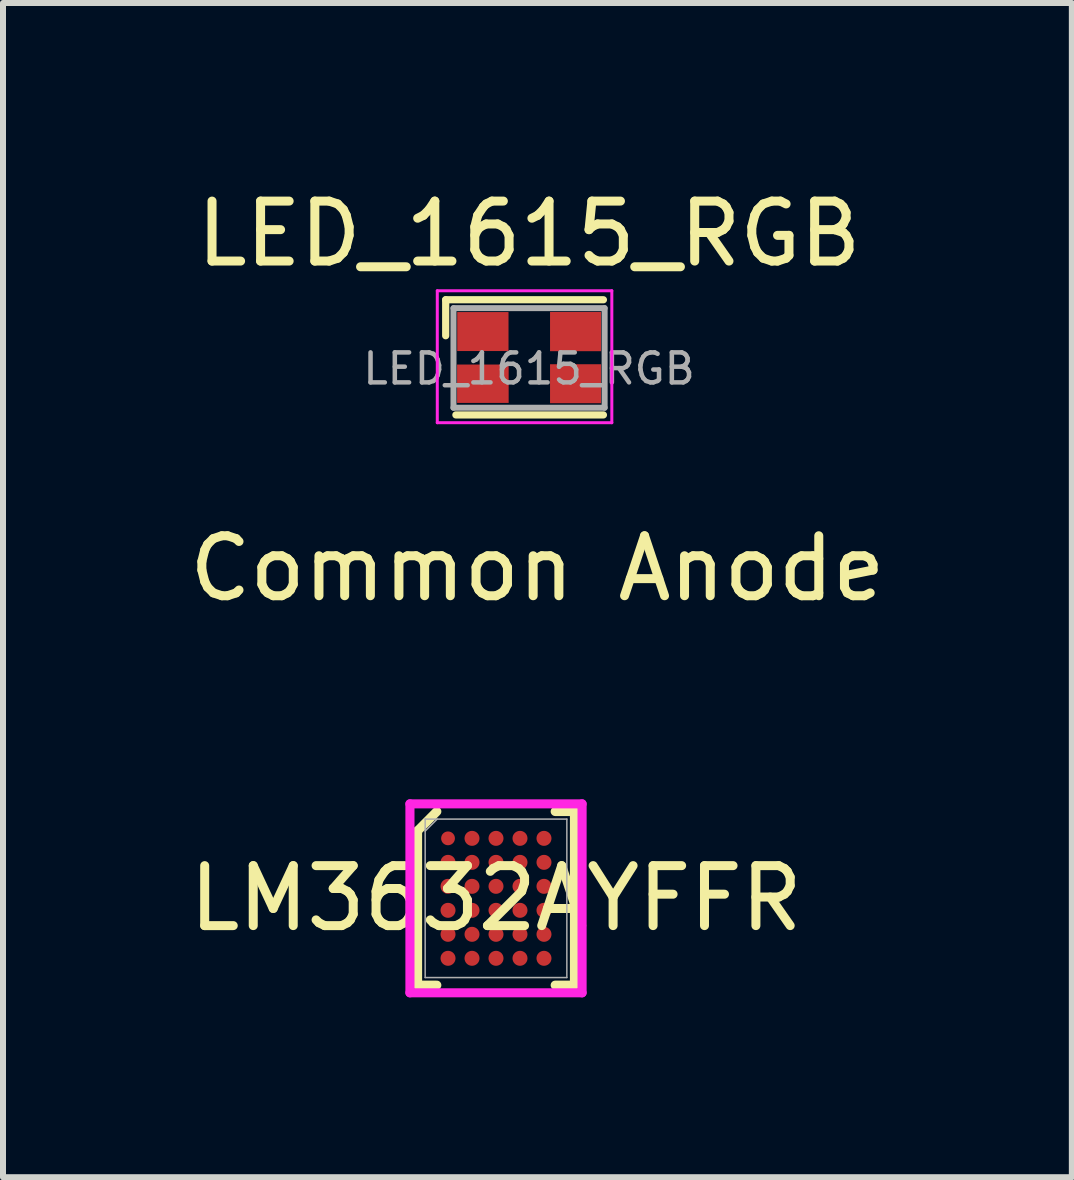
<source format=kicad_pcb>
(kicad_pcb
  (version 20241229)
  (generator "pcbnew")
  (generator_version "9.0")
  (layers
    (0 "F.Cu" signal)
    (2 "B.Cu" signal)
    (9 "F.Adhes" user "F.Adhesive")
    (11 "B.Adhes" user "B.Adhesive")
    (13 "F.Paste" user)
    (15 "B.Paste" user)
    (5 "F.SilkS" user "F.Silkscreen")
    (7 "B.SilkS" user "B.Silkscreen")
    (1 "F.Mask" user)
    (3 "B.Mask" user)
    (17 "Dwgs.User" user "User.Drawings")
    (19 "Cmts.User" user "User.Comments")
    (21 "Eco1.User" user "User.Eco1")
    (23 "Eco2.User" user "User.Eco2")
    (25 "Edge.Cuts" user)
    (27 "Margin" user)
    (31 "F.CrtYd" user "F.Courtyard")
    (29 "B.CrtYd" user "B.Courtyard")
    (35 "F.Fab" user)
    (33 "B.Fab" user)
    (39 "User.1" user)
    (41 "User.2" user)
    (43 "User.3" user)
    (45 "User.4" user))
  (footprint "LED_1615_RGB"
    (layer "F.Cu")
    (at 5.771 3.098)
    (property "Reference" "LED_1615_RGB" (at 0 -2.25 0) (layer "F.SilkS") (effects (font (size 1 1) (thickness 0.15))))
    (attr smd)
    (fp_line (start -1.39 -1.15) (end 1.24 -1.15) (stroke (width 0.12) (type solid)) (layer "F.SilkS"))
    (fp_line (start -1.39 -0.55) (end -1.39 -1.15) (stroke (width 0.12) (type solid)) (layer "F.SilkS"))
    (fp_line (start -1.22 0.77) (end 1.24 0.77) (stroke (width 0.12) (type solid)) (layer "F.SilkS"))
    (fp_line (start -1.53 -1.3) (end -1.53 0.9) (stroke (width 0.05) (type solid)) (layer "F.CrtYd"))
    (fp_line (start -1.53 0.9) (end 1.38 0.9) (stroke (width 0.05) (type solid)) (layer "F.CrtYd"))
    (fp_line (start 1.38 -1.3) (end -1.53 -1.3) (stroke (width 0.05) (type solid)) (layer "F.CrtYd"))
    (fp_line (start 1.38 0.9) (end 1.38 -1.3) (stroke (width 0.05) (type solid)) (layer "F.CrtYd"))
    (fp_line (start -1.26 -1.01) (end -1.26 0.65) (stroke (width 0.1) (type solid)) (layer "F.Fab"))
    (fp_line (start -1.26 0.65) (end 1.26 0.65) (stroke (width 0.1) (type solid)) (layer "F.Fab"))
    (fp_line (start 1.26 -1.01) (end -1.26 -1.01) (stroke (width 0.1) (type solid)) (layer "F.Fab"))
    (fp_line (start 1.26 0.65) (end 1.26 -1.01) (stroke (width 0.1) (type solid)) (layer "F.Fab"))
    (fp_text user "Common Anode" (at 0.14 3.33 0) (layer "F.SilkS") (effects (font (size 1 1) (thickness 0.15))))
    (fp_text user "${REFERENCE}" (at 0 0 0) (layer "F.Fab") (effects (font (size 0.5 0.5) (thickness 0.075))))
    (pad "1" smd rect (at -0.77 -0.62) (size 0.855 0.65) (layers "F.Cu" "F.Mask" "F.Paste"))
    (pad "2" smd rect (at 0.775 -0.62) (size 0.85 0.655) (layers "F.Cu" "F.Mask" "F.Paste"))
    (pad "3" smd rect (at -0.77 0.25) (size 0.86 0.64) (layers "F.Cu" "F.Mask" "F.Paste"))
    (pad "4" smd rect (at 0.775 0.25) (size 0.85 0.65) (layers "F.Cu" "F.Mask" "F.Paste")))
  (footprint "LM3632AYFFR"
    (layer "F.Cu")
    (at 5.22 11.928)
    (property "Reference" "LM3632AYFFR" (at 0 0 0) (unlocked yes) (layer "F.SilkS") (effects (font (size 1 1) (thickness 0.15))))
    (attr smd)
    (fp_line (start -1.308 -1.125) (end -1.308 1.448) (stroke (width 0.152) (type solid)) (layer "F.SilkS"))
    (fp_line (start -1.308 1.448) (end -0.987 1.448) (stroke (width 0.152) (type solid)) (layer "F.SilkS"))
    (fp_line (start -0.987 -1.448) (end -1.308 -1.125) (stroke (width 0.152) (type solid)) (layer "F.SilkS"))
    (fp_line (start 0.987 1.448) (end 1.308 1.448) (stroke (width 0.152) (type solid)) (layer "F.SilkS"))
    (fp_line (start 1.308 -1.448) (end 0.987 -1.448) (stroke (width 0.152) (type solid)) (layer "F.SilkS"))
    (fp_line (start 1.308 1.448) (end 1.308 -1.448) (stroke (width 0.152) (type solid)) (layer "F.SilkS"))
    (fp_rect (start -0.87 -1.07) (end -0.73 -0.93) (stroke (width 0.12) (type default)) (fill no) (layer "F.Paste"))
    (fp_rect (start -0.87 -0.67) (end -0.73 -0.53) (stroke (width 0.12) (type default)) (fill no) (layer "F.Paste"))
    (fp_rect (start -0.87 -0.27) (end -0.73 -0.13) (stroke (width 0.12) (type default)) (fill no) (layer "F.Paste"))
    (fp_rect (start -0.87 0.13) (end -0.73 0.27) (stroke (width 0.12) (type default)) (fill no) (layer "F.Paste"))
    (fp_rect (start -0.87 0.53) (end -0.73 0.67) (stroke (width 0.12) (type default)) (fill no) (layer "F.Paste"))
    (fp_rect (start -0.87 0.93) (end -0.73 1.07) (stroke (width 0.12) (type default)) (fill no) (layer "F.Paste"))
    (fp_rect (start -0.47 -1.07) (end -0.33 -0.93) (stroke (width 0.12) (type default)) (fill no) (layer "F.Paste"))
    (fp_rect (start -0.47 -0.67) (end -0.33 -0.53) (stroke (width 0.12) (type default)) (fill no) (layer "F.Paste"))
    (fp_rect (start -0.47 -0.27) (end -0.33 -0.13) (stroke (width 0.12) (type default)) (fill no) (layer "F.Paste"))
    (fp_rect (start -0.47 0.13) (end -0.33 0.27) (stroke (width 0.12) (type default)) (fill no) (layer "F.Paste"))
    (fp_rect (start -0.47 0.53) (end -0.33 0.67) (stroke (width 0.12) (type default)) (fill no) (layer "F.Paste"))
    (fp_rect (start -0.47 0.93) (end -0.33 1.07) (stroke (width 0.12) (type default)) (fill no) (layer "F.Paste"))
    (fp_rect (start -0.07 -1.07) (end 0.07 -0.93) (stroke (width 0.12) (type default)) (fill no) (layer "F.Paste"))
    (fp_rect (start -0.07 -0.67) (end 0.07 -0.53) (stroke (width 0.12) (type default)) (fill no) (layer "F.Paste"))
    (fp_rect (start -0.07 -0.27) (end 0.07 -0.13) (stroke (width 0.12) (type default)) (fill no) (layer "F.Paste"))
    (fp_rect (start -0.07 0.13) (end 0.07 0.27) (stroke (width 0.12) (type default)) (fill no) (layer "F.Paste"))
    (fp_rect (start -0.07 0.53) (end 0.07 0.67) (stroke (width 0.12) (type default)) (fill no) (layer "F.Paste"))
    (fp_rect (start -0.07 0.93) (end 0.07 1.07) (stroke (width 0.12) (type default)) (fill no) (layer "F.Paste"))
    (fp_rect (start 0.33 -1.07) (end 0.47 -0.93) (stroke (width 0.12) (type default)) (fill no) (layer "F.Paste"))
    (fp_rect (start 0.33 -0.67) (end 0.47 -0.53) (stroke (width 0.12) (type default)) (fill no) (layer "F.Paste"))
    (fp_rect (start 0.33 -0.27) (end 0.47 -0.13) (stroke (width 0.12) (type default)) (fill no) (layer "F.Paste"))
    (fp_rect (start 0.33 0.13) (end 0.47 0.27) (stroke (width 0.12) (type default)) (fill no) (layer "F.Paste"))
    (fp_rect (start 0.33 0.53) (end 0.47 0.67) (stroke (width 0.12) (type default)) (fill no) (layer "F.Paste"))
    (fp_rect (start 0.33 0.93) (end 0.47 1.07) (stroke (width 0.12) (type default)) (fill no) (layer "F.Paste"))
    (fp_rect (start 0.73 -1.07) (end 0.87 -0.93) (stroke (width 0.12) (type default)) (fill no) (layer "F.Paste"))
    (fp_rect (start 0.73 -0.67) (end 0.87 -0.53) (stroke (width 0.12) (type default)) (fill no) (layer "F.Paste"))
    (fp_rect (start 0.73 -0.27) (end 0.87 -0.13) (stroke (width 0.12) (type default)) (fill no) (layer "F.Paste"))
    (fp_rect (start 0.73 0.13) (end 0.87 0.27) (stroke (width 0.12) (type default)) (fill no) (layer "F.Paste"))
    (fp_rect (start 0.73 0.53) (end 0.87 0.67) (stroke (width 0.12) (type default)) (fill no) (layer "F.Paste"))
    (fp_rect (start 0.73 0.93) (end 0.87 1.07) (stroke (width 0.12) (type default)) (fill no) (layer "F.Paste"))
    (fp_line (start -1.435 -1.575) (end 1.435 -1.575) (stroke (width 0.152) (type solid)) (layer "F.CrtYd"))
    (fp_line (start -1.435 1.575) (end -1.435 -1.575) (stroke (width 0.152) (type solid)) (layer "F.CrtYd"))
    (fp_line (start 1.435 -1.575) (end 1.435 1.575) (stroke (width 0.152) (type solid)) (layer "F.CrtYd"))
    (fp_line (start 1.435 1.575) (end -1.435 1.575) (stroke (width 0.152) (type solid)) (layer "F.CrtYd"))
    (fp_line (start -1.181 -1.321) (end -1.181 1.321) (stroke (width 0.025) (type solid)) (layer "F.Fab"))
    (fp_line (start -1.181 1.321) (end 1.181 1.321) (stroke (width 0.025) (type solid)) (layer "F.Fab"))
    (fp_line (start -0.981 -1.321) (end -1.181 -1.121) (stroke (width 0.025) (type solid)) (layer "F.Fab"))
    (fp_line (start 1.181 -1.321) (end -1.181 -1.321) (stroke (width 0.025) (type solid)) (layer "F.Fab"))
    (fp_line (start 1.181 1.321) (end 1.181 -1.321) (stroke (width 0.025) (type solid)) (layer "F.Fab"))
    (pad "A1" smd circle (at -0.8 -1) (size 0.23 0.23) (layers "F.Cu" "F.Mask" "F.Paste"))
    (pad "A2" smd circle (at -0.4 -1) (size 0.25 0.25) (layers "F.Cu" "F.Mask" "F.Paste"))
    (pad "A3" smd circle (at 0 -1) (size 0.25 0.25) (layers "F.Cu" "F.Mask" "F.Paste"))
    (pad "A4" smd circle (at 0.4 -1) (size 0.25 0.25) (layers "F.Cu" "F.Mask" "F.Paste"))
    (pad "A5" smd circle (at 0.8 -1) (size 0.25 0.25) (layers "F.Cu" "F.Mask" "F.Paste"))
    (pad "B1" smd circle (at -0.8 -0.6) (size 0.25 0.25) (layers "F.Cu" "F.Mask" "F.Paste"))
    (pad "B2" smd circle (at -0.4 -0.6) (size 0.25 0.25) (layers "F.Cu" "F.Mask" "F.Paste"))
    (pad "B3" smd circle (at 0 -0.6) (size 0.25 0.25) (layers "F.Cu" "F.Mask" "F.Paste"))
    (pad "B4" smd circle (at 0.4 -0.6) (size 0.25 0.25) (layers "F.Cu" "F.Mask" "F.Paste"))
    (pad "B5" smd circle (at 0.8 -0.6) (size 0.25 0.25) (layers "F.Cu" "F.Mask" "F.Paste"))
    (pad "C1" smd circle (at -0.8 -0.2) (size 0.25 0.25) (layers "F.Cu" "F.Mask" "F.Paste"))
    (pad "C2" smd circle (at -0.4 -0.2) (size 0.25 0.25) (layers "F.Cu" "F.Mask" "F.Paste"))
    (pad "C3" smd circle (at 0 -0.2) (size 0.25 0.25) (layers "F.Cu" "F.Mask" "F.Paste"))
    (pad "C4" smd circle (at 0.4 -0.2) (size 0.25 0.25) (layers "F.Cu" "F.Mask" "F.Paste"))
    (pad "C5" smd circle (at 0.8 -0.2) (size 0.25 0.25) (layers "F.Cu" "F.Mask" "F.Paste"))
    (pad "D1" smd circle (at -0.8 0.2) (size 0.25 0.25) (layers "F.Cu" "F.Mask" "F.Paste"))
    (pad "D2" smd circle (at -0.4 0.2) (size 0.25 0.25) (layers "F.Cu" "F.Mask" "F.Paste"))
    (pad "D3" smd circle (at 0 0.2) (size 0.25 0.25) (layers "F.Cu" "F.Mask" "F.Paste"))
    (pad "D4" smd circle (at 0.4 0.2) (size 0.25 0.25) (layers "F.Cu" "F.Mask" "F.Paste"))
    (pad "D5" smd circle (at 0.8 0.2) (size 0.25 0.25) (layers "F.Cu" "F.Mask" "F.Paste"))
    (pad "E1" smd circle (at -0.8 0.6) (size 0.25 0.25) (layers "F.Cu" "F.Mask" "F.Paste"))
    (pad "E2" smd circle (at -0.4 0.6) (size 0.25 0.25) (layers "F.Cu" "F.Mask" "F.Paste"))
    (pad "E3" smd circle (at 0 0.6) (size 0.25 0.25) (layers "F.Cu" "F.Mask" "F.Paste"))
    (pad "E4" smd circle (at 0.4 0.6) (size 0.25 0.25) (layers "F.Cu" "F.Mask" "F.Paste"))
    (pad "E5" smd circle (at 0.8 0.6) (size 0.25 0.25) (layers "F.Cu" "F.Mask" "F.Paste"))
    (pad "F1" smd circle (at -0.8 1) (size 0.25 0.25) (layers "F.Cu" "F.Mask" "F.Paste"))
    (pad "F2" smd circle (at -0.4 1) (size 0.25 0.25) (layers "F.Cu" "F.Mask" "F.Paste"))
    (pad "F3" smd circle (at 0 1) (size 0.25 0.25) (layers "F.Cu" "F.Mask" "F.Paste"))
    (pad "F4" smd circle (at 0.4 1) (size 0.25 0.25) (layers "F.Cu" "F.Mask" "F.Paste"))
    (pad "F5" smd circle (at 0.8 1) (size 0.25 0.25) (layers "F.Cu" "F.Mask" "F.Paste"))
    (zone (net_name "") (layer "F.Cu") (name "NO-FILL") (hatch edge 0.5) (connect_pads) (min_thickness 0.25) (filled_areas_thickness no) (keepout (tracks allowed) (vias allowed) (pads allowed) (copperpour not_allowed) (footprints allowed)) (placement (enabled no)) (fill) (polygon (pts (xy 6.39 10.617) (xy 6.39 13.238) (xy 4.05 13.238) (xy 4.04 10.607)))))
  (gr_rect
    (start -3 -3)
    (end 14.821 16.578)
    (stroke (width 0.1) (type default))
    (fill no)
    (layer "Edge.Cuts")))
</source>
